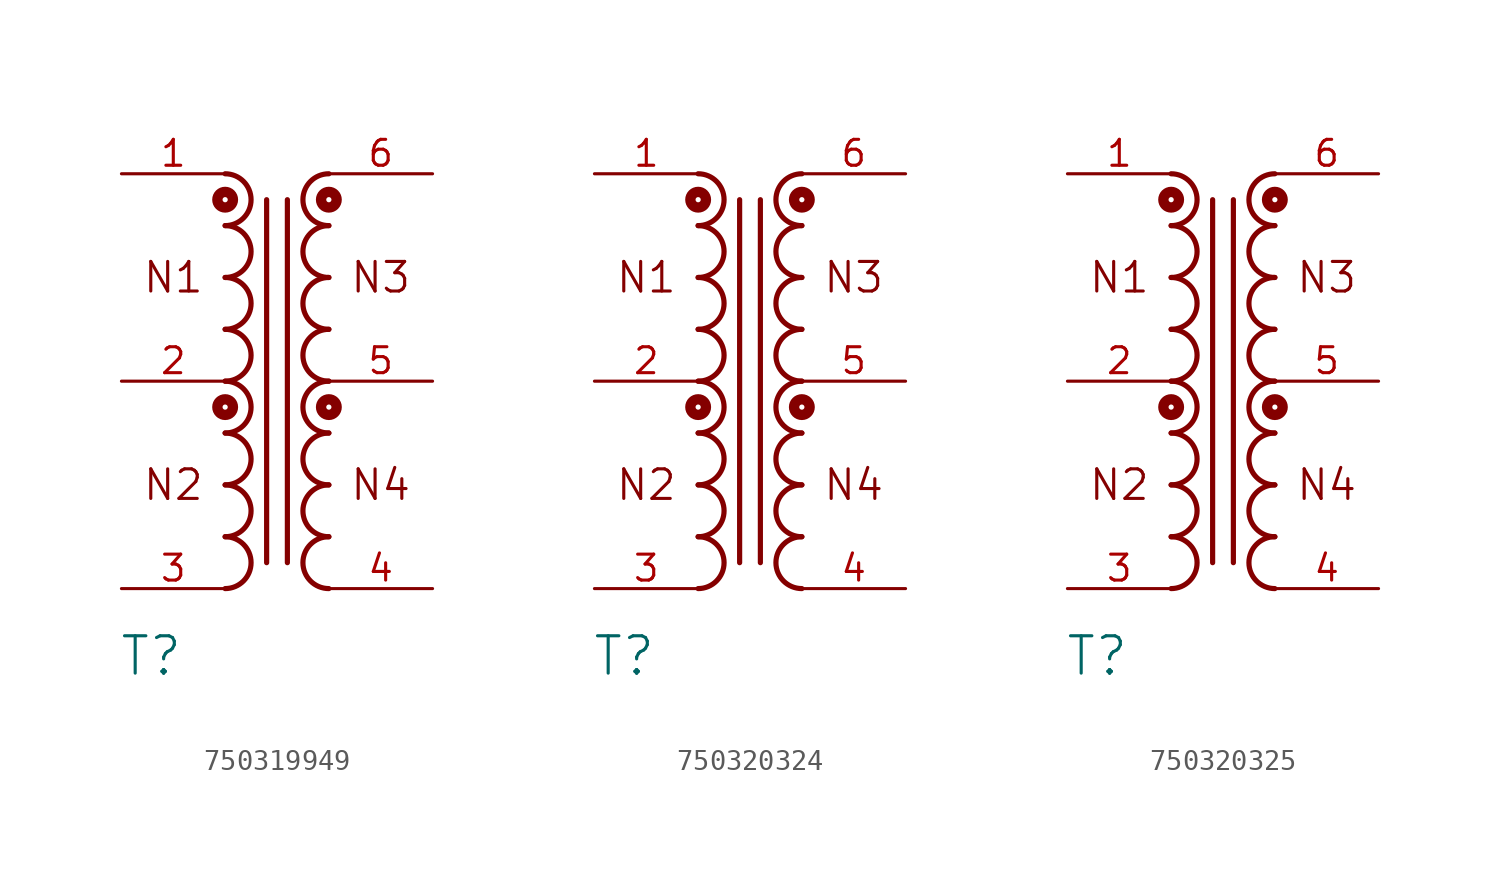
<source format=kicad_sym>
(kicad_symbol_lib
  (version 20231120)
  (generator "kicad_symbol_editor")
  (generator_version "8.0")
  (symbol "750319949"
    (property "Reference" "T"
      (at 1.457 -23.622 0)
      (effects (font (size 1.829 1.829))))
    (symbol "750319949_1_0"
      (polyline (pts (xy 7.112 -1.27) (xy 7.112 -19.05)) (stroke (width 0.254) (type solid)) (fill (type none)))
      (polyline (pts (xy 8.128 -1.27) (xy 8.128 -19.05)) (stroke (width 0.254) (type solid)) (fill (type none)))
      (arc (start 5.08 -20.32) (mid 6.35 -19.05) (end 5.08 -17.78) (stroke (width 0.254) (type solid)) (fill (type none)))
      (arc (start 5.08 -17.78) (mid 6.35 -16.51) (end 5.08 -15.24) (stroke (width 0.254) (type solid)) (fill (type none)))
      (arc (start 5.08 -15.24) (mid 6.35 -13.97) (end 5.08 -12.7) (stroke (width 0.254) (type solid)) (fill (type none)))
      (arc (start 5.08 -12.7) (mid 6.35 -11.43) (end 5.08 -10.16) (stroke (width 0.254) (type solid)) (fill (type none)))
      (circle (center 5.08 -11.43) (radius 0.127) (stroke (width 0.508) (type solid)) (fill (type none)))
      (arc (start 5.08 -10.16) (mid 6.35 -8.89) (end 5.08 -7.62) (stroke (width 0.254) (type solid)) (fill (type none)))
      (arc (start 5.08 -7.62) (mid 6.35 -6.35) (end 5.08 -5.08) (stroke (width 0.254) (type solid)) (fill (type none)))
      (arc (start 5.08 -5.08) (mid 6.35 -3.81) (end 5.08 -2.54) (stroke (width 0.254) (type solid)) (fill (type none)))
      (arc (start 5.08 -2.54) (mid 6.35 -1.27) (end 5.08 0) (stroke (width 0.254) (type solid)) (fill (type none)))
      (circle (center 5.08 -1.27) (radius 0.127) (stroke (width 0.508) (type solid)) (fill (type none)))
      (arc (start 10.16 -17.78) (mid 8.89 -19.05) (end 10.16 -20.32) (stroke (width 0.254) (type solid)) (fill (type none)))
      (arc (start 10.16 -15.24) (mid 8.89 -16.51) (end 10.16 -17.78) (stroke (width 0.254) (type solid)) (fill (type none)))
      (arc (start 10.16 -12.7) (mid 8.89 -13.97) (end 10.16 -15.24) (stroke (width 0.254) (type solid)) (fill (type none)))
      (circle (center 10.16 -11.43) (radius 0.127) (stroke (width 0.508) (type solid)) (fill (type none)))
      (arc (start 10.16 -10.16) (mid 8.89 -11.43) (end 10.16 -12.7) (stroke (width 0.254) (type solid)) (fill (type none)))
      (arc (start 10.16 -7.62) (mid 8.89 -8.89) (end 10.16 -10.16) (stroke (width 0.254) (type solid)) (fill (type none)))
      (arc (start 10.16 -5.08) (mid 8.89 -6.35) (end 10.16 -7.62) (stroke (width 0.254) (type solid)) (fill (type none)))
      (arc (start 10.16 -2.54) (mid 8.89 -3.81) (end 10.16 -5.08) (stroke (width 0.254) (type solid)) (fill (type none)))
      (circle (center 10.16 -1.27) (radius 0.127) (stroke (width 0.508) (type solid)) (fill (type none)))
      (arc (start 10.16 0) (mid 8.89 -1.27) (end 10.16 -2.54) (stroke (width 0.254) (type solid)) (fill (type none)))
      (text "N1" (at 2.54 -5.08 0) (effects (font (size 1.448 1.448))))
      (text "N2" (at 2.54 -15.24 0) (effects (font (size 1.448 1.448))))
      (text "N3" (at 12.7 -5.08 0) (effects (font (size 1.448 1.448))))
      (text "N4" (at 12.7 -15.24 0) (effects (font (size 1.448 1.448))))
      (pin passive line (at 0 0 0) (length 5.08) (name "1" (effects (font (size 0 0)))) (number "1" (effects (font (size 1.27 1.27)))))
      (pin passive line (at 0 -10.16 0) (length 5.08) (name "2" (effects (font (size 0 0)))) (number "2" (effects (font (size 1.27 1.27)))))
      (pin passive line (at 0 -20.32 0) (length 5.08) (name "3" (effects (font (size 0 0)))) (number "3" (effects (font (size 1.27 1.27)))))
      (pin passive line (at 15.24 -20.32 180) (length 5.08) (name "4" (effects (font (size 0 0)))) (number "4" (effects (font (size 1.27 1.27)))))
      (pin passive line (at 15.24 -10.16 180) (length 5.08) (name "5" (effects (font (size 0 0)))) (number "5" (effects (font (size 1.27 1.27)))))
      (pin passive line (at 15.24 0 180) (length 5.08) (name "6" (effects (font (size 0 0)))) (number "6" (effects (font (size 1.27 1.27)))))))
  (symbol "750320324"
    (property "Reference" "T"
      (at 1.457 -23.622 0)
      (effects (font (size 1.829 1.829))))
    (symbol "750320324_1_0"
      (polyline (pts (xy 7.112 -1.27) (xy 7.112 -19.05)) (stroke (width 0.254) (type solid)) (fill (type none)))
      (polyline (pts (xy 8.128 -1.27) (xy 8.128 -19.05)) (stroke (width 0.254) (type solid)) (fill (type none)))
      (arc (start 5.08 -20.32) (mid 6.35 -19.05) (end 5.08 -17.78) (stroke (width 0.254) (type solid)) (fill (type none)))
      (arc (start 5.08 -17.78) (mid 6.35 -16.51) (end 5.08 -15.24) (stroke (width 0.254) (type solid)) (fill (type none)))
      (arc (start 5.08 -15.24) (mid 6.35 -13.97) (end 5.08 -12.7) (stroke (width 0.254) (type solid)) (fill (type none)))
      (arc (start 5.08 -12.7) (mid 6.35 -11.43) (end 5.08 -10.16) (stroke (width 0.254) (type solid)) (fill (type none)))
      (circle (center 5.08 -11.43) (radius 0.127) (stroke (width 0.508) (type solid)) (fill (type none)))
      (arc (start 5.08 -10.16) (mid 6.35 -8.89) (end 5.08 -7.62) (stroke (width 0.254) (type solid)) (fill (type none)))
      (arc (start 5.08 -7.62) (mid 6.35 -6.35) (end 5.08 -5.08) (stroke (width 0.254) (type solid)) (fill (type none)))
      (arc (start 5.08 -5.08) (mid 6.35 -3.81) (end 5.08 -2.54) (stroke (width 0.254) (type solid)) (fill (type none)))
      (arc (start 5.08 -2.54) (mid 6.35 -1.27) (end 5.08 0) (stroke (width 0.254) (type solid)) (fill (type none)))
      (circle (center 5.08 -1.27) (radius 0.127) (stroke (width 0.508) (type solid)) (fill (type none)))
      (arc (start 10.16 -17.78) (mid 8.89 -19.05) (end 10.16 -20.32) (stroke (width 0.254) (type solid)) (fill (type none)))
      (arc (start 10.16 -15.24) (mid 8.89 -16.51) (end 10.16 -17.78) (stroke (width 0.254) (type solid)) (fill (type none)))
      (arc (start 10.16 -12.7) (mid 8.89 -13.97) (end 10.16 -15.24) (stroke (width 0.254) (type solid)) (fill (type none)))
      (circle (center 10.16 -11.43) (radius 0.127) (stroke (width 0.508) (type solid)) (fill (type none)))
      (arc (start 10.16 -10.16) (mid 8.89 -11.43) (end 10.16 -12.7) (stroke (width 0.254) (type solid)) (fill (type none)))
      (arc (start 10.16 -7.62) (mid 8.89 -8.89) (end 10.16 -10.16) (stroke (width 0.254) (type solid)) (fill (type none)))
      (arc (start 10.16 -5.08) (mid 8.89 -6.35) (end 10.16 -7.62) (stroke (width 0.254) (type solid)) (fill (type none)))
      (arc (start 10.16 -2.54) (mid 8.89 -3.81) (end 10.16 -5.08) (stroke (width 0.254) (type solid)) (fill (type none)))
      (circle (center 10.16 -1.27) (radius 0.127) (stroke (width 0.508) (type solid)) (fill (type none)))
      (arc (start 10.16 0) (mid 8.89 -1.27) (end 10.16 -2.54) (stroke (width 0.254) (type solid)) (fill (type none)))
      (text "N1" (at 2.54 -5.08 0) (effects (font (size 1.448 1.448))))
      (text "N2" (at 2.54 -15.24 0) (effects (font (size 1.448 1.448))))
      (text "N3" (at 12.7 -5.08 0) (effects (font (size 1.448 1.448))))
      (text "N4" (at 12.7 -15.24 0) (effects (font (size 1.448 1.448))))
      (pin passive line (at 0 0 0) (length 5.08) (name "1" (effects (font (size 0 0)))) (number "1" (effects (font (size 1.27 1.27)))))
      (pin passive line (at 0 -10.16 0) (length 5.08) (name "2" (effects (font (size 0 0)))) (number "2" (effects (font (size 1.27 1.27)))))
      (pin passive line (at 0 -20.32 0) (length 5.08) (name "3" (effects (font (size 0 0)))) (number "3" (effects (font (size 1.27 1.27)))))
      (pin passive line (at 15.24 -20.32 180) (length 5.08) (name "4" (effects (font (size 0 0)))) (number "4" (effects (font (size 1.27 1.27)))))
      (pin passive line (at 15.24 -10.16 180) (length 5.08) (name "5" (effects (font (size 0 0)))) (number "5" (effects (font (size 1.27 1.27)))))
      (pin passive line (at 15.24 0 180) (length 5.08) (name "6" (effects (font (size 0 0)))) (number "6" (effects (font (size 1.27 1.27)))))))
  (symbol "750320325"
    (property "Reference" "T"
      (at 1.457 -23.622 0)
      (effects (font (size 1.829 1.829))))
    (symbol "750320325_1_0"
      (polyline (pts (xy 7.112 -1.27) (xy 7.112 -19.05)) (stroke (width 0.254) (type solid)) (fill (type none)))
      (polyline (pts (xy 8.128 -1.27) (xy 8.128 -19.05)) (stroke (width 0.254) (type solid)) (fill (type none)))
      (arc (start 5.08 -20.32) (mid 6.35 -19.05) (end 5.08 -17.78) (stroke (width 0.254) (type solid)) (fill (type none)))
      (arc (start 5.08 -17.78) (mid 6.35 -16.51) (end 5.08 -15.24) (stroke (width 0.254) (type solid)) (fill (type none)))
      (arc (start 5.08 -15.24) (mid 6.35 -13.97) (end 5.08 -12.7) (stroke (width 0.254) (type solid)) (fill (type none)))
      (arc (start 5.08 -12.7) (mid 6.35 -11.43) (end 5.08 -10.16) (stroke (width 0.254) (type solid)) (fill (type none)))
      (circle (center 5.08 -11.43) (radius 0.127) (stroke (width 0.508) (type solid)) (fill (type none)))
      (arc (start 5.08 -10.16) (mid 6.35 -8.89) (end 5.08 -7.62) (stroke (width 0.254) (type solid)) (fill (type none)))
      (arc (start 5.08 -7.62) (mid 6.35 -6.35) (end 5.08 -5.08) (stroke (width 0.254) (type solid)) (fill (type none)))
      (arc (start 5.08 -5.08) (mid 6.35 -3.81) (end 5.08 -2.54) (stroke (width 0.254) (type solid)) (fill (type none)))
      (arc (start 5.08 -2.54) (mid 6.35 -1.27) (end 5.08 0) (stroke (width 0.254) (type solid)) (fill (type none)))
      (circle (center 5.08 -1.27) (radius 0.127) (stroke (width 0.508) (type solid)) (fill (type none)))
      (arc (start 10.16 -17.78) (mid 8.89 -19.05) (end 10.16 -20.32) (stroke (width 0.254) (type solid)) (fill (type none)))
      (arc (start 10.16 -15.24) (mid 8.89 -16.51) (end 10.16 -17.78) (stroke (width 0.254) (type solid)) (fill (type none)))
      (arc (start 10.16 -12.7) (mid 8.89 -13.97) (end 10.16 -15.24) (stroke (width 0.254) (type solid)) (fill (type none)))
      (circle (center 10.16 -11.43) (radius 0.127) (stroke (width 0.508) (type solid)) (fill (type none)))
      (arc (start 10.16 -10.16) (mid 8.89 -11.43) (end 10.16 -12.7) (stroke (width 0.254) (type solid)) (fill (type none)))
      (arc (start 10.16 -7.62) (mid 8.89 -8.89) (end 10.16 -10.16) (stroke (width 0.254) (type solid)) (fill (type none)))
      (arc (start 10.16 -5.08) (mid 8.89 -6.35) (end 10.16 -7.62) (stroke (width 0.254) (type solid)) (fill (type none)))
      (arc (start 10.16 -2.54) (mid 8.89 -3.81) (end 10.16 -5.08) (stroke (width 0.254) (type solid)) (fill (type none)))
      (circle (center 10.16 -1.27) (radius 0.127) (stroke (width 0.508) (type solid)) (fill (type none)))
      (arc (start 10.16 0) (mid 8.89 -1.27) (end 10.16 -2.54) (stroke (width 0.254) (type solid)) (fill (type none)))
      (text "N1" (at 2.54 -5.08 0) (effects (font (size 1.448 1.448))))
      (text "N2" (at 2.54 -15.24 0) (effects (font (size 1.448 1.448))))
      (text "N3" (at 12.7 -5.08 0) (effects (font (size 1.448 1.448))))
      (text "N4" (at 12.7 -15.24 0) (effects (font (size 1.448 1.448))))
      (pin passive line (at 0 0 0) (length 5.08) (name "1" (effects (font (size 0 0)))) (number "1" (effects (font (size 1.27 1.27)))))
      (pin passive line (at 0 -10.16 0) (length 5.08) (name "2" (effects (font (size 0 0)))) (number "2" (effects (font (size 1.27 1.27)))))
      (pin passive line (at 0 -20.32 0) (length 5.08) (name "3" (effects (font (size 0 0)))) (number "3" (effects (font (size 1.27 1.27)))))
      (pin passive line (at 15.24 -20.32 180) (length 5.08) (name "4" (effects (font (size 0 0)))) (number "4" (effects (font (size 1.27 1.27)))))
      (pin passive line (at 15.24 -10.16 180) (length 5.08) (name "5" (effects (font (size 0 0)))) (number "5" (effects (font (size 1.27 1.27)))))
      (pin passive line (at 15.24 0 180) (length 5.08) (name "6" (effects (font (size 0 0)))) (number "6" (effects (font (size 1.27 1.27))))))))
</source>
